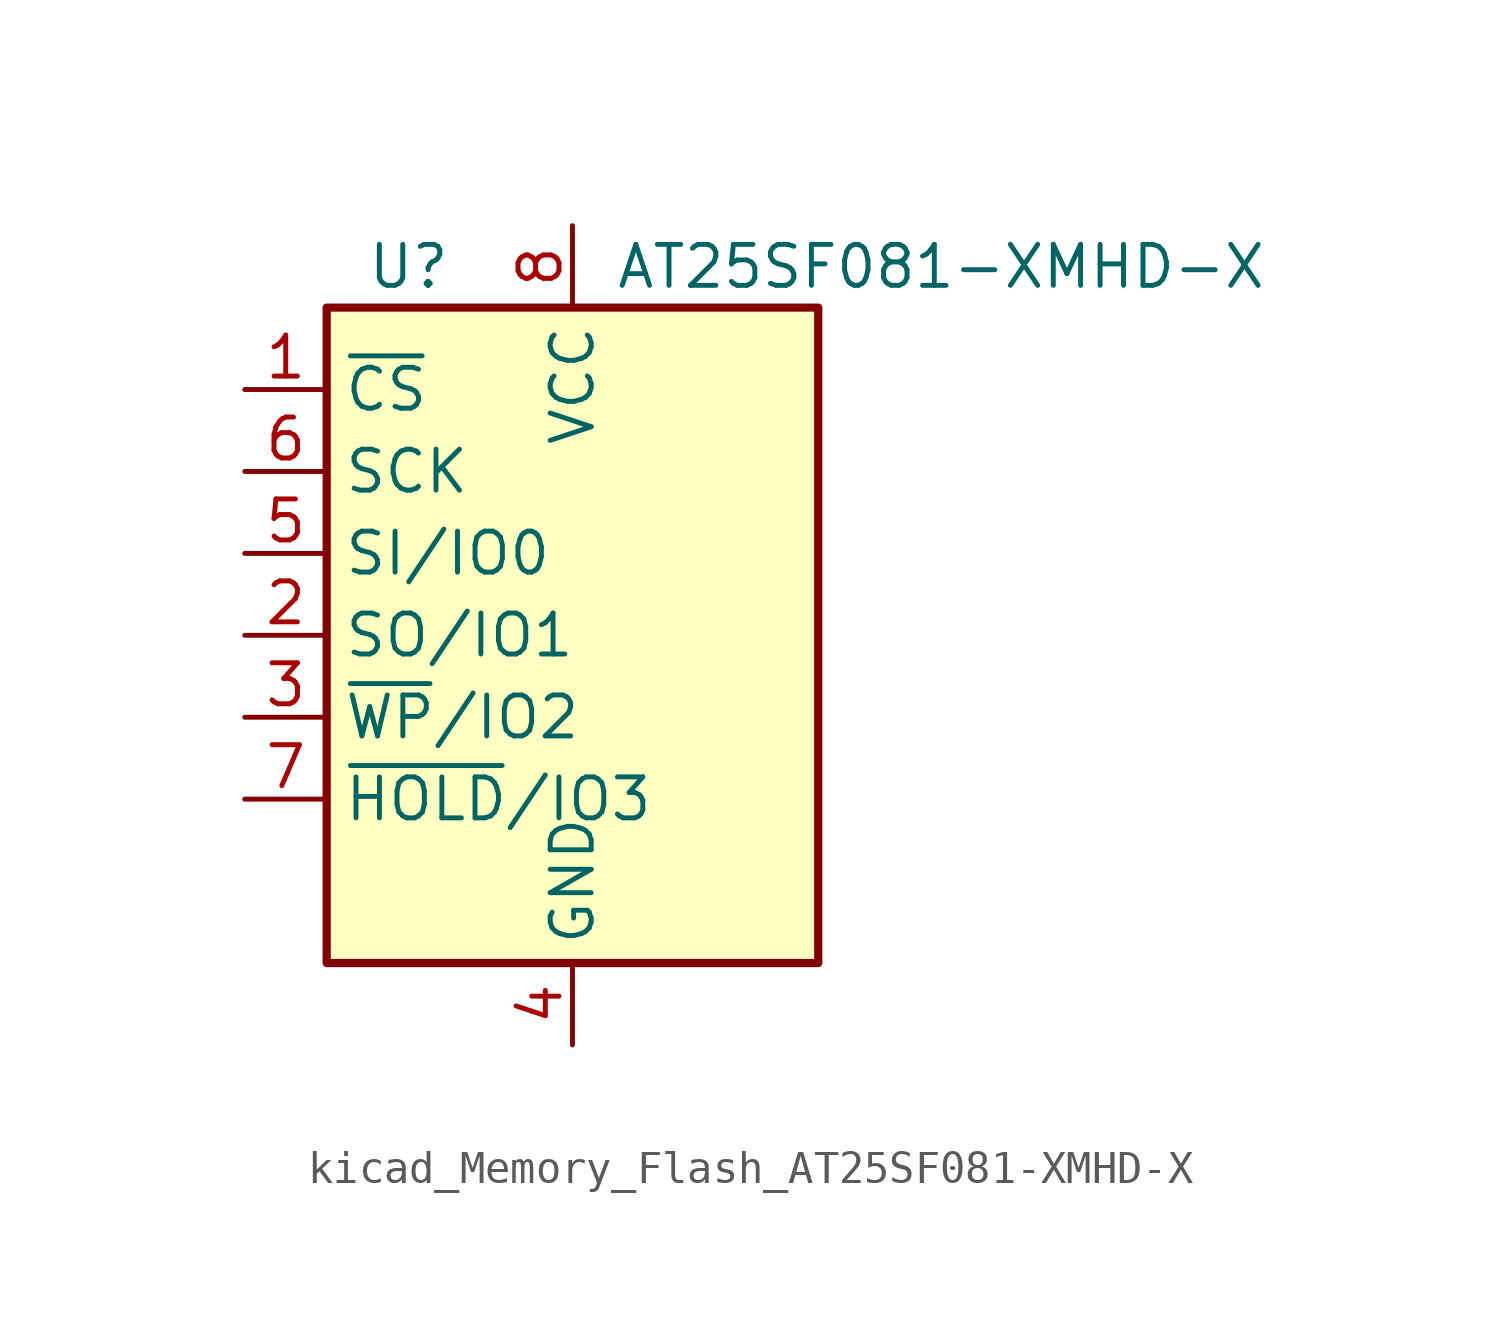
<source format=kicad_sym>
(kicad_symbol_lib
  (version 20220914)
  (generator kicad_symbol_editor)
  (symbol "kicad_Memory_Flash_AT25SF081-XMHD-X"
    (property "Reference" "U"
      (at -5.08 11.43 0)
      (effects (font (size 1.27 1.27))))
    (property "Value" "AT25SF081-XMHD-X"
      (at 11.43 11.43 0)
      (effects (font (size 1.27 1.27))))
    (symbol "kicad_Memory_Flash_AT25SF081-XMHD-X_0_1"
      (rectangle (start -7.62 10.16) (end 7.62 -10.16) (stroke (width 0.254) (type default)) (fill (type background))))
    (symbol "kicad_Memory_Flash_AT25SF081-XMHD-X_1_1"
      (pin input line (at -10.16 7.62 0) (length 2.54) (name "~{CS}" (effects (font (size 1.27 1.27)))) (number "1" (effects (font (size 1.27 1.27)))))
      (pin bidirectional line (at -10.16 0 0) (length 2.54) (name "SO/IO1" (effects (font (size 1.27 1.27)))) (number "2" (effects (font (size 1.27 1.27)))))
      (pin bidirectional line (at -10.16 -2.54 0) (length 2.54) (name "~{WP}/IO2" (effects (font (size 1.27 1.27)))) (number "3" (effects (font (size 1.27 1.27)))))
      (pin power_in line (at 0 -12.7 90) (length 2.54) (name "GND" (effects (font (size 1.27 1.27)))) (number "4" (effects (font (size 1.27 1.27)))))
      (pin bidirectional line (at -10.16 2.54 0) (length 2.54) (name "SI/IO0" (effects (font (size 1.27 1.27)))) (number "5" (effects (font (size 1.27 1.27)))))
      (pin input line (at -10.16 5.08 0) (length 2.54) (name "SCK" (effects (font (size 1.27 1.27)))) (number "6" (effects (font (size 1.27 1.27)))))
      (pin bidirectional line (at -10.16 -5.08 0) (length 2.54) (name "~{HOLD}/IO3" (effects (font (size 1.27 1.27)))) (number "7" (effects (font (size 1.27 1.27)))))
      (pin power_in line (at 0 12.7 270) (length 2.54) (name "VCC" (effects (font (size 1.27 1.27)))) (number "8" (effects (font (size 1.27 1.27))))))))
</source>
